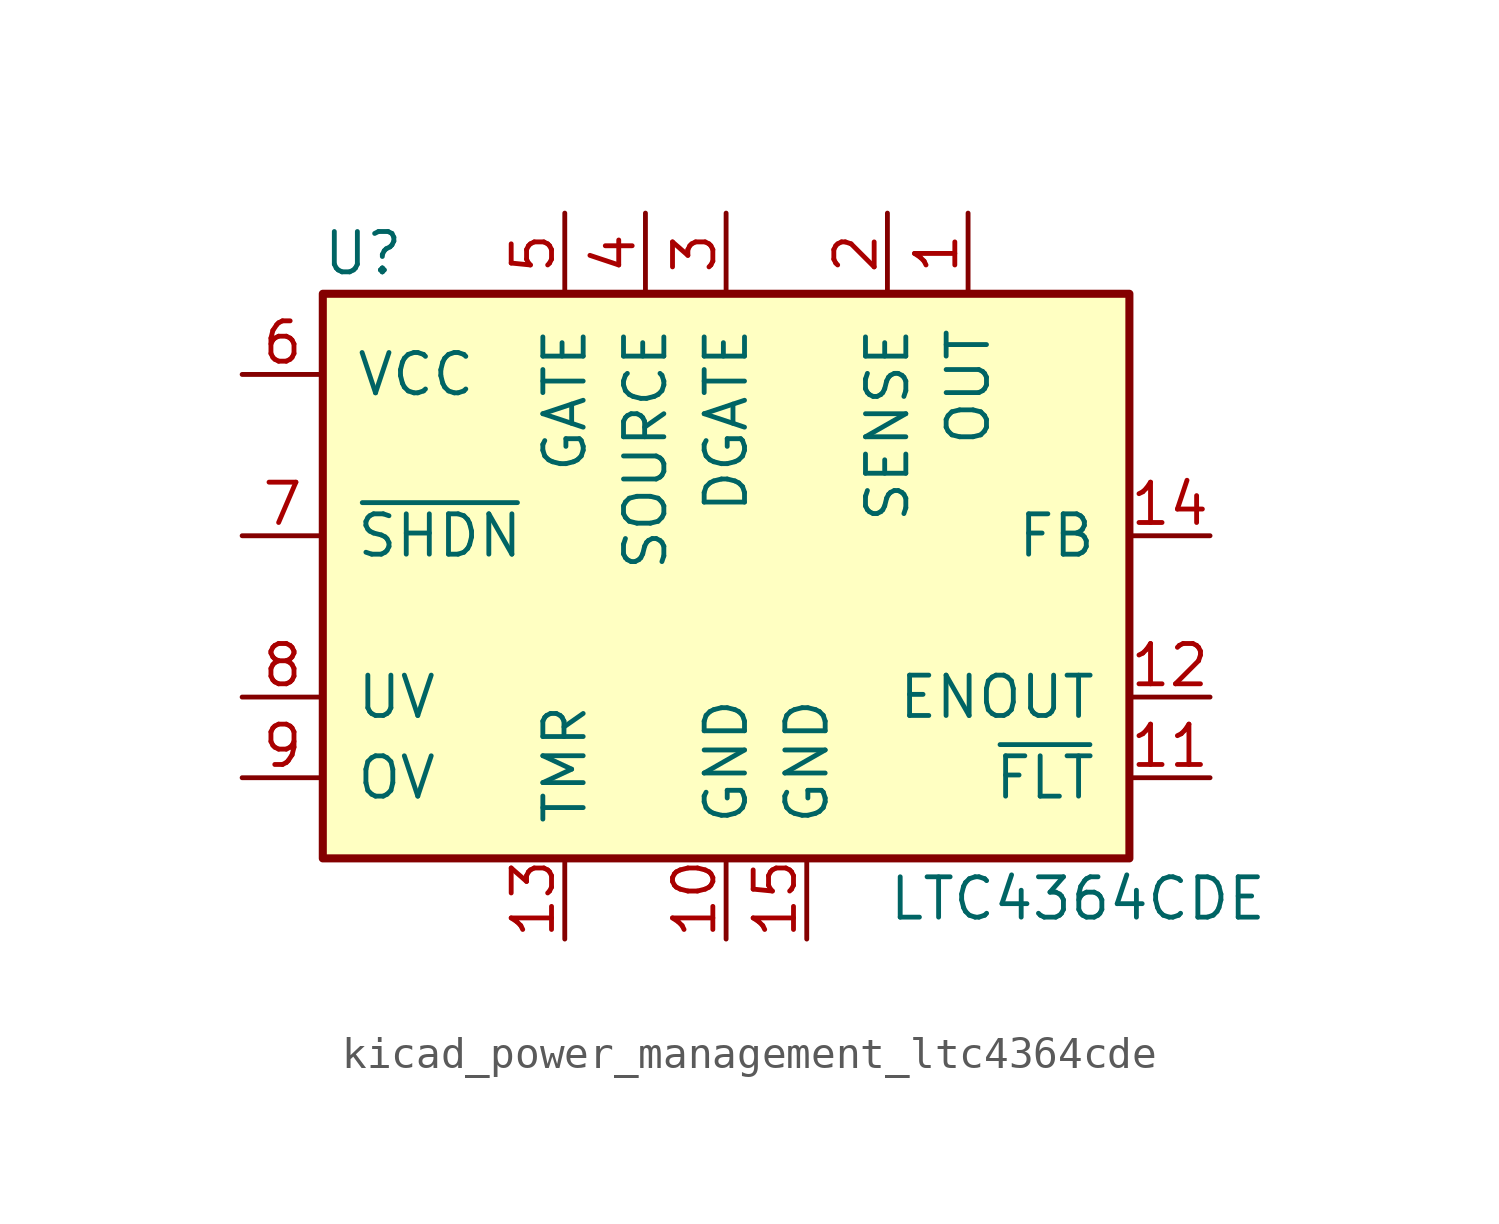
<source format=kicad_sym>
(kicad_symbol_lib
  (version 20220914)
  (generator kicad_symbol_editor)
  (symbol "kicad_power_management_ltc4364cde"
    (pin_names
      (offset 1.016))
    (property "Reference" "U"
      (at -11.43 8.89 0)
      (effects (font (size 1.27 1.27))))
    (property "Value" "LTC4364CDE"
      (at 5.08 -11.43 0)
      (effects (font (size 1.27 1.27)) (justify left)))
    (symbol "kicad_power_management_ltc4364cde_0_1"
      (rectangle (start -12.7 7.62) (end 12.7 -10.16) (stroke (width 0.254) (type default)) (fill (type background))))
    (symbol "kicad_power_management_ltc4364cde_1_1"
      (pin input line (at 7.62 10.16 270) (length 2.54) (name "OUT" (effects (font (size 1.27 1.27)))) (number "1" (effects (font (size 1.27 1.27)))))
      (pin power_in line (at 0 -12.7 90) (length 2.54) (name "GND" (effects (font (size 1.27 1.27)))) (number "10" (effects (font (size 1.27 1.27)))))
      (pin open_collector line (at 15.24 -7.62 180) (length 2.54) (name "~{FLT}" (effects (font (size 1.27 1.27)))) (number "11" (effects (font (size 1.27 1.27)))))
      (pin open_collector line (at 15.24 -5.08 180) (length 2.54) (name "ENOUT" (effects (font (size 1.27 1.27)))) (number "12" (effects (font (size 1.27 1.27)))))
      (pin input line (at -5.08 -12.7 90) (length 2.54) (name "TMR" (effects (font (size 1.27 1.27)))) (number "13" (effects (font (size 1.27 1.27)))))
      (pin input line (at 15.24 0 180) (length 2.54) (name "FB" (effects (font (size 1.27 1.27)))) (number "14" (effects (font (size 1.27 1.27)))))
      (pin power_in line (at 2.54 -12.7 90) (length 2.54) (name "GND" (effects (font (size 1.27 1.27)))) (number "15" (effects (font (size 1.27 1.27)))))
      (pin input line (at 5.08 10.16 270) (length 2.54) (name "SENSE" (effects (font (size 1.27 1.27)))) (number "2" (effects (font (size 1.27 1.27)))))
      (pin output line (at 0 10.16 270) (length 2.54) (name "DGATE" (effects (font (size 1.27 1.27)))) (number "3" (effects (font (size 1.27 1.27)))))
      (pin input line (at -2.54 10.16 270) (length 2.54) (name "SOURCE" (effects (font (size 1.27 1.27)))) (number "4" (effects (font (size 1.27 1.27)))))
      (pin output line (at -5.08 10.16 270) (length 2.54) (name "GATE" (effects (font (size 1.27 1.27)))) (number "5" (effects (font (size 1.27 1.27)))))
      (pin power_in line (at -15.24 5.08 0) (length 2.54) (name "VCC" (effects (font (size 1.27 1.27)))) (number "6" (effects (font (size 1.27 1.27)))))
      (pin input line (at -15.24 0 0) (length 2.54) (name "~{SHDN}" (effects (font (size 1.27 1.27)))) (number "7" (effects (font (size 1.27 1.27)))))
      (pin input line (at -15.24 -5.08 0) (length 2.54) (name "UV" (effects (font (size 1.27 1.27)))) (number "8" (effects (font (size 1.27 1.27)))))
      (pin input line (at -15.24 -7.62 0) (length 2.54) (name "OV" (effects (font (size 1.27 1.27)))) (number "9" (effects (font (size 1.27 1.27))))))))
</source>
